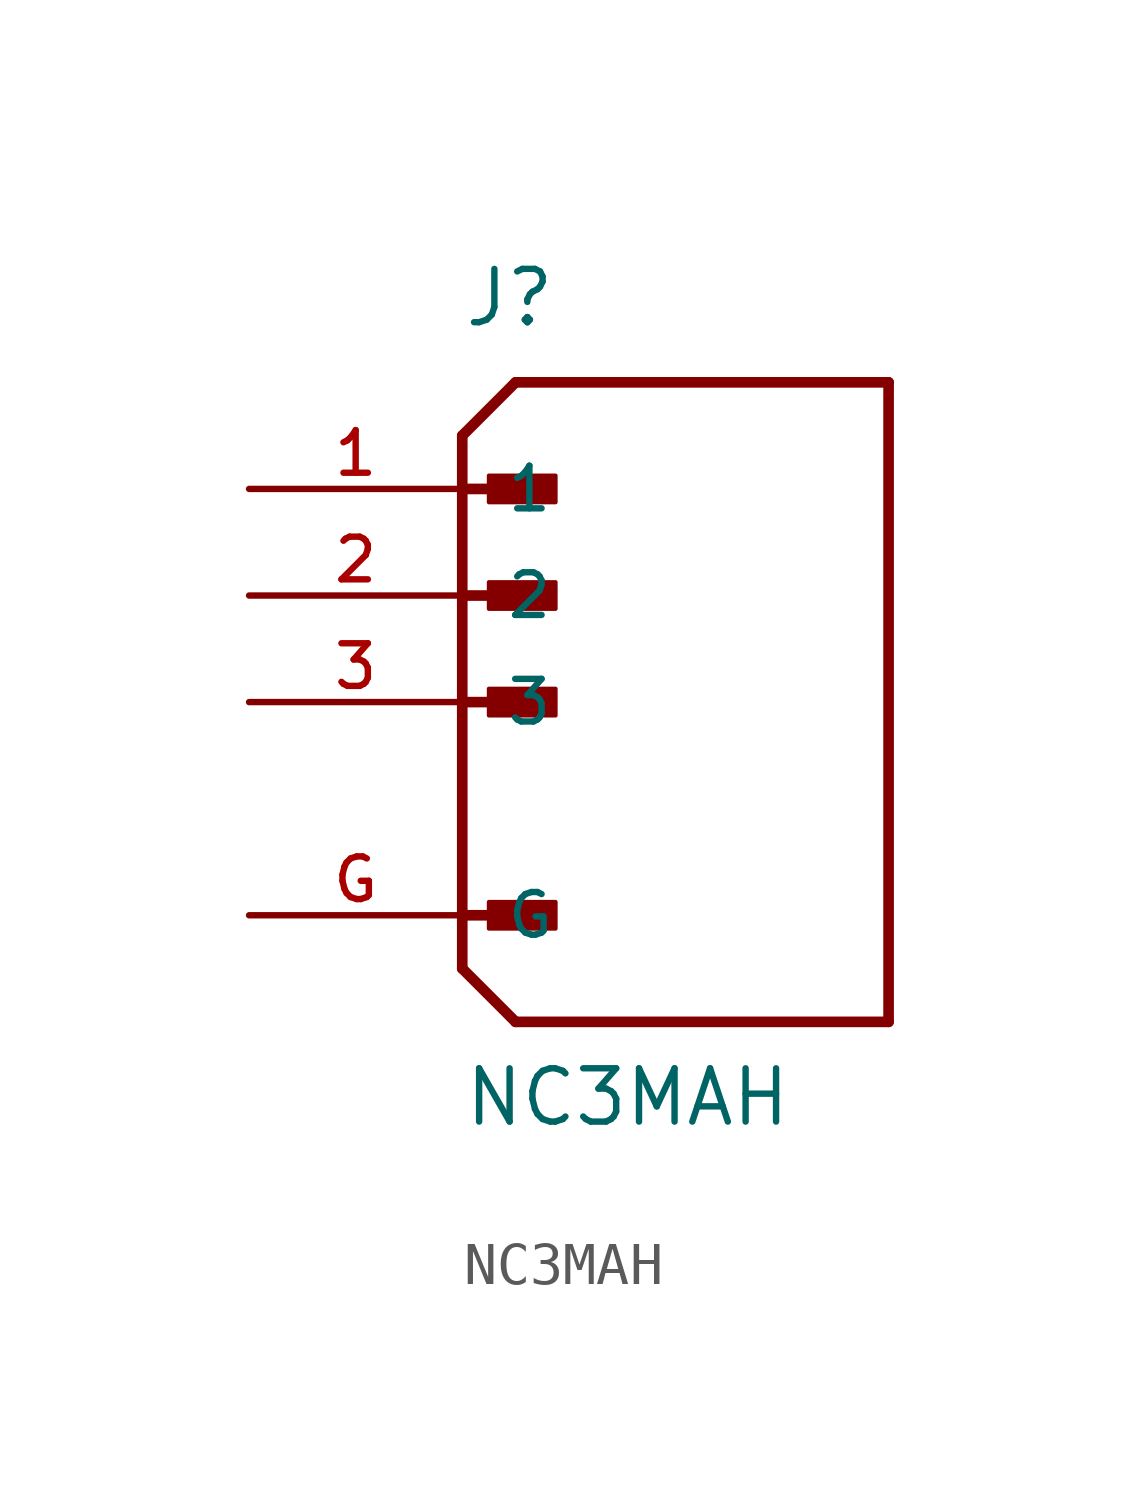
<source format=kicad_sym>
(kicad_symbol_lib
  (version 20211014)
  (generator kicad_symbol_editor)
  (symbol "NC3MAH"
    (pin_names
      (offset 1.016))
    (property "Reference" "J"
      (at 0.0 8.89 0)
      (effects (font (size 1.27 1.27)) (justify bottom left)))
    (property "Value" "NC3MAH"
      (at 0.0 -10.16 0)
      (effects (font (size 1.27 1.27)) (justify bottom left)))
    (symbol "NC3MAH_0_0"
      (polyline (pts (xy 0.0 6.35) (xy 1.27 7.62)) (stroke (width 0.254)))
      (polyline (pts (xy 0.0 6.35) (xy 0.0 5.08)) (stroke (width 0.254)))
      (polyline (pts (xy 0.0 5.08) (xy 0.0 -6.35)) (stroke (width 0.254)))
      (polyline (pts (xy 0.0 -6.35) (xy 1.27 -7.62)) (stroke (width 0.254)))
      (polyline (pts (xy 1.27 -7.62) (xy 10.16 -7.62)) (stroke (width 0.254)))
      (polyline (pts (xy 10.16 -7.62) (xy 10.16 7.62)) (stroke (width 0.254)))
      (polyline (pts (xy 10.16 7.62) (xy 1.27 7.62)) (stroke (width 0.254)))
      (polyline (pts (xy 0.0 5.08) (xy 1.905 5.08)) (stroke (width 0.254)))
      (rectangle (start 0.635 4.763) (end 2.223 5.397) (stroke (width 0.1)) (fill (type outline)))
      (polyline (pts (xy 0.0 2.54) (xy 1.905 2.54)) (stroke (width 0.254)))
      (rectangle (start 0.635 2.223) (end 2.223 2.857) (stroke (width 0.1)) (fill (type outline)))
      (polyline (pts (xy 0.0 0.0) (xy 1.905 0.0)) (stroke (width 0.254)))
      (rectangle (start 0.635 -0.318) (end 2.223 0.318) (stroke (width 0.1)) (fill (type outline)))
      (polyline (pts (xy 0.0 -5.08) (xy 1.905 -5.08)) (stroke (width 0.254)))
      (rectangle (start 0.635 -5.397) (end 2.223 -4.763) (stroke (width 0.1)) (fill (type outline)))
      (pin passive line (at -5.08 5.08 0) (length 5.08) (name "1" (effects (font (size 1.016 1.016)))) (number "1" (effects (font (size 1.016 1.016)))))
      (pin passive line (at -5.08 2.54 0) (length 5.08) (name "2" (effects (font (size 1.016 1.016)))) (number "2" (effects (font (size 1.016 1.016)))))
      (pin passive line (at -5.08 0.0 0) (length 5.08) (name "3" (effects (font (size 1.016 1.016)))) (number "3" (effects (font (size 1.016 1.016)))))
      (pin power_in line (at -5.08 -5.08 0) (length 5.08) (name "G" (effects (font (size 1.016 1.016)))) (number "G" (effects (font (size 1.016 1.016))))))))
</source>
